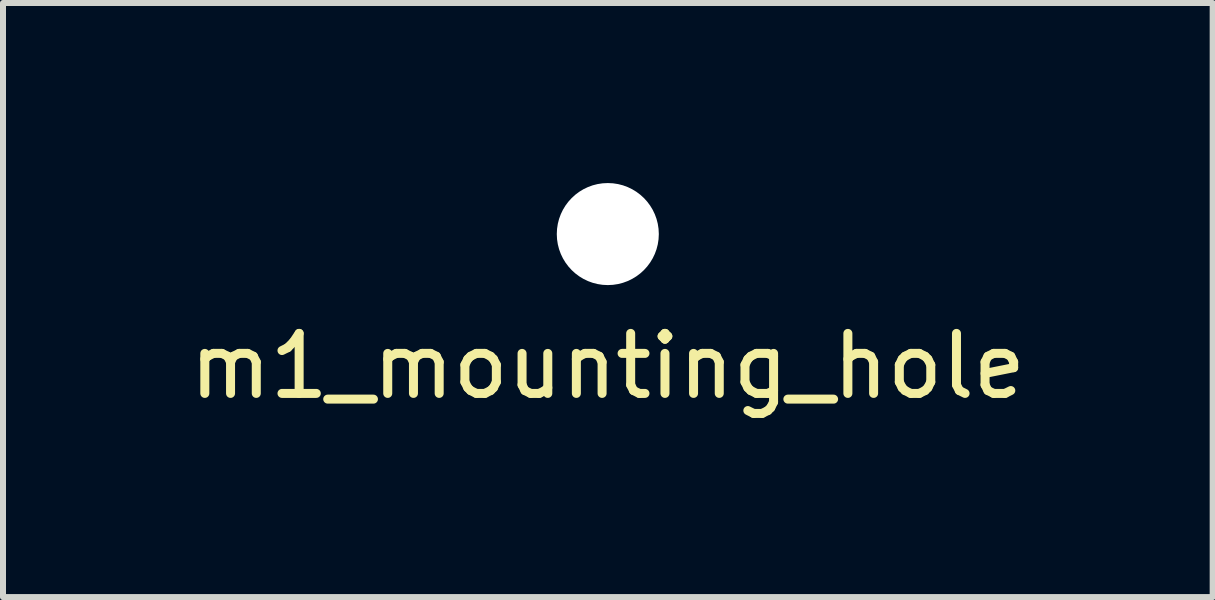
<source format=kicad_pcb>
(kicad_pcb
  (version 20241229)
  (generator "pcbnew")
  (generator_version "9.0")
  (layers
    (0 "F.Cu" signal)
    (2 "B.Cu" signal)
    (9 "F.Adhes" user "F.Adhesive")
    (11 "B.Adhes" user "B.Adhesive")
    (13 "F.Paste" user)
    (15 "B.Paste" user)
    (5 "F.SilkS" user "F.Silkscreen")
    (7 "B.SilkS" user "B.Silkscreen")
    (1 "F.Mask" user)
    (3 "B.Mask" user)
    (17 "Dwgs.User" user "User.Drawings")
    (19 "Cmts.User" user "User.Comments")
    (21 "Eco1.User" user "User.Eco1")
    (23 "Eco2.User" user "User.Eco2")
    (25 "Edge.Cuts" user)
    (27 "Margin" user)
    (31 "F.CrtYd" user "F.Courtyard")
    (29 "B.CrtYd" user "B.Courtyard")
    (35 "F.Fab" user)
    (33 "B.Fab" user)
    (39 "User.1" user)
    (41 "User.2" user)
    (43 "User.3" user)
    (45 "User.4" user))
  (footprint "m1_mounting_hole"
    (layer "F.Cu")
    (at 7.077 0.85)
    (property "Reference" "m1_mounting_hole" (at 0 2.2 0) (layer "F.SilkS") (effects (font (size 1 1) (thickness 0.15))))
    (attr through_hole)
    (pad "" np_thru_hole circle (at 0 0) (size 1.7 1.7) (drill 1.7) (layers "*.Cu" "*.Mask")))
  (gr_rect
    (start -3 -3)
    (end 17.155 6.898)
    (stroke (width 0.1) (type default))
    (fill no)
    (layer "Edge.Cuts")))
</source>
